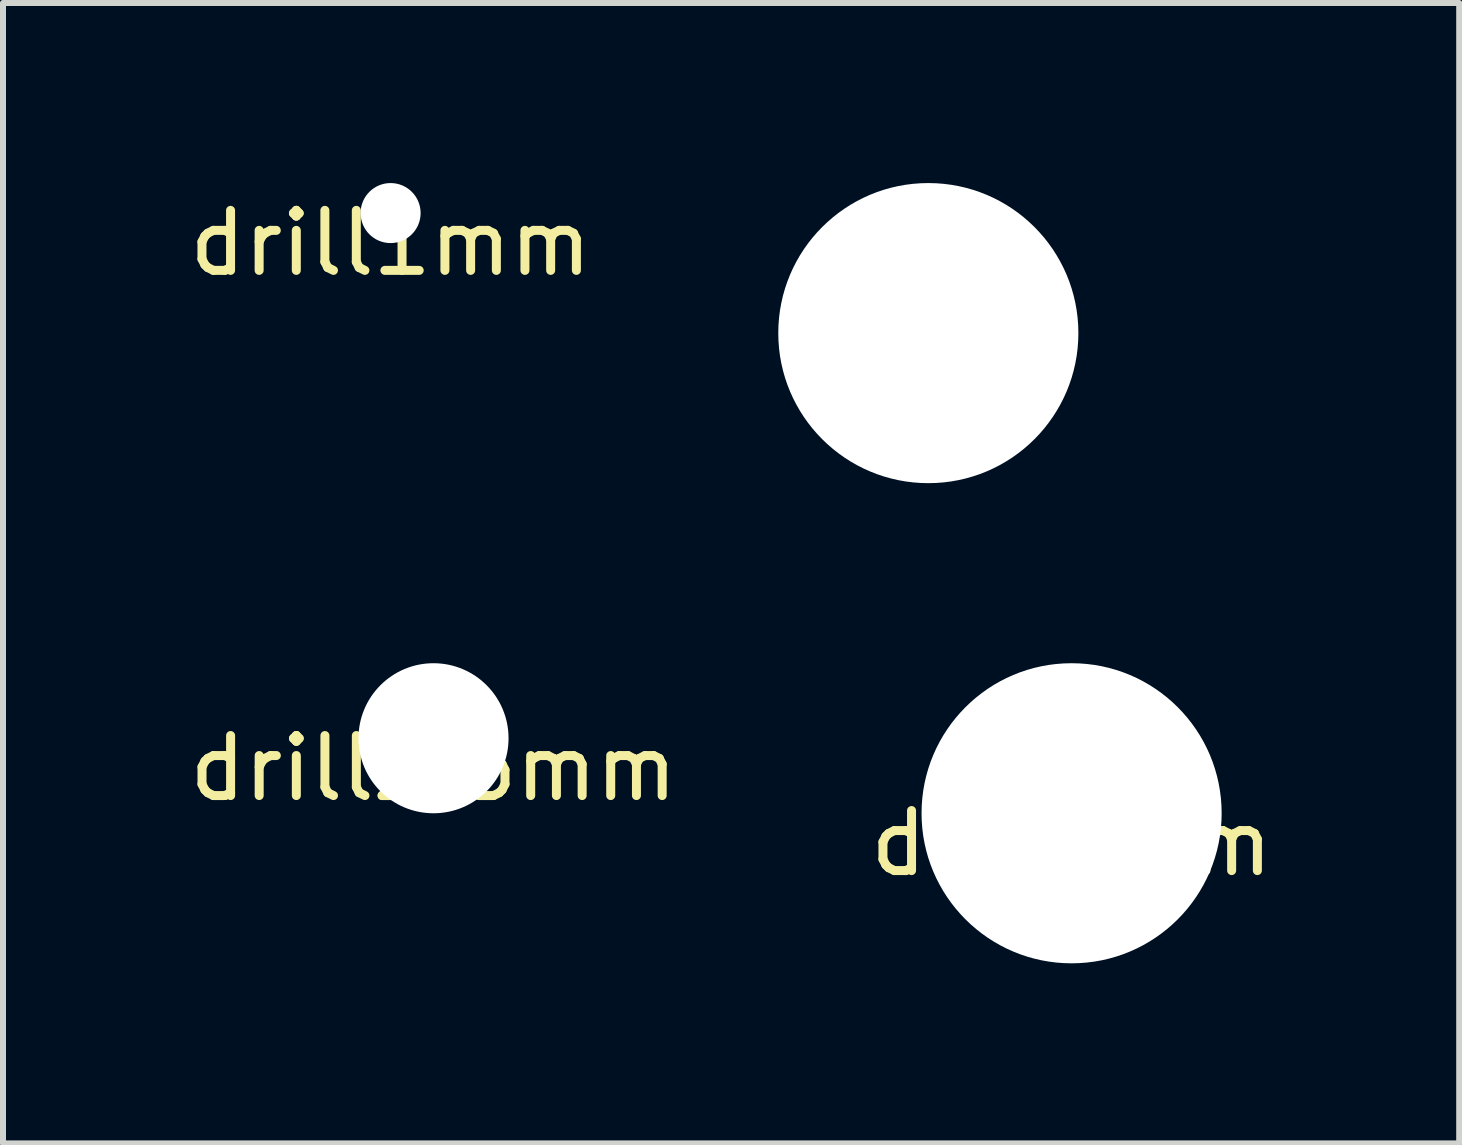
<source format=kicad_pcb>
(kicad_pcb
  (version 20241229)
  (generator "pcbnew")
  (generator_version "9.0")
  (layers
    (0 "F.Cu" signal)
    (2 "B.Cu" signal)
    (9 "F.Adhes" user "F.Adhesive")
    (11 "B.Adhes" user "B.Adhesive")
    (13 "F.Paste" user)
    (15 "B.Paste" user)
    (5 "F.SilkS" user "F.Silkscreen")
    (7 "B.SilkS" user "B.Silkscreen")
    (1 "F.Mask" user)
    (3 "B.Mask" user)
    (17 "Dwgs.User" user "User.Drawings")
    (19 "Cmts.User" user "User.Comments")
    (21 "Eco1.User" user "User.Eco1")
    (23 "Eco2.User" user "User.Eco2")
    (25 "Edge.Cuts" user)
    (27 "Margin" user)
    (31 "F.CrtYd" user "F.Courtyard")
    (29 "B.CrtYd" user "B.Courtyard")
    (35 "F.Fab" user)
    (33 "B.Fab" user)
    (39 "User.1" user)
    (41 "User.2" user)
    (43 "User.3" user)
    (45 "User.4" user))
  (footprint "drill1"
    (layer "F.Cu")
    (at 12.417 2.5)
    (property "Reference" "drill1" (at 0 0.5 0) (layer "F.SilkS") (effects (font (size 1 1) (thickness 0.15))))
    (attr through_hole)
    (pad "" np_thru_hole circle (at 0 0) (size 5 5) (drill 5) (layers "*.Cu" "*.Mask")))
  (footprint "drill1mm"
    (layer "F.Cu")
    (at 3.458 0.5)
    (property "Reference" "drill1mm" (at 0 0.5 0) (layer "F.SilkS") (effects (font (size 1 1) (thickness 0.15))))
    (attr through_hole)
    (pad "" np_thru_hole circle (at 0 0) (size 1 1) (drill 1) (layers "*.Cu" "*.Mask")))
  (footprint "drill2.5mm"
    (layer "F.Cu")
    (at 4.173 9.25)
    (property "Reference" "drill2.5mm" (at 0 0.5 0) (layer "F.SilkS") (effects (font (size 1 1) (thickness 0.15))))
    (attr through_hole)
    (pad "" np_thru_hole circle (at 0 0) (size 2.5 2.5) (drill 2.5) (layers "*.Cu" "*.Mask")))
  (footprint "drill5mm"
    (layer "F.Cu")
    (at 14.804 10.5)
    (property "Reference" "drill5mm" (at 0 0.5 0) (layer "F.SilkS") (effects (font (size 1 1) (thickness 0.15))))
    (attr through_hole)
    (pad "" np_thru_hole circle (at 0 0) (size 5 5) (drill 5) (layers "*.Cu" "*.Mask")))
  (gr_rect
    (start -3 -3)
    (end 21.262 16)
    (stroke (width 0.1) (type default))
    (fill no)
    (layer "Edge.Cuts")))
</source>
